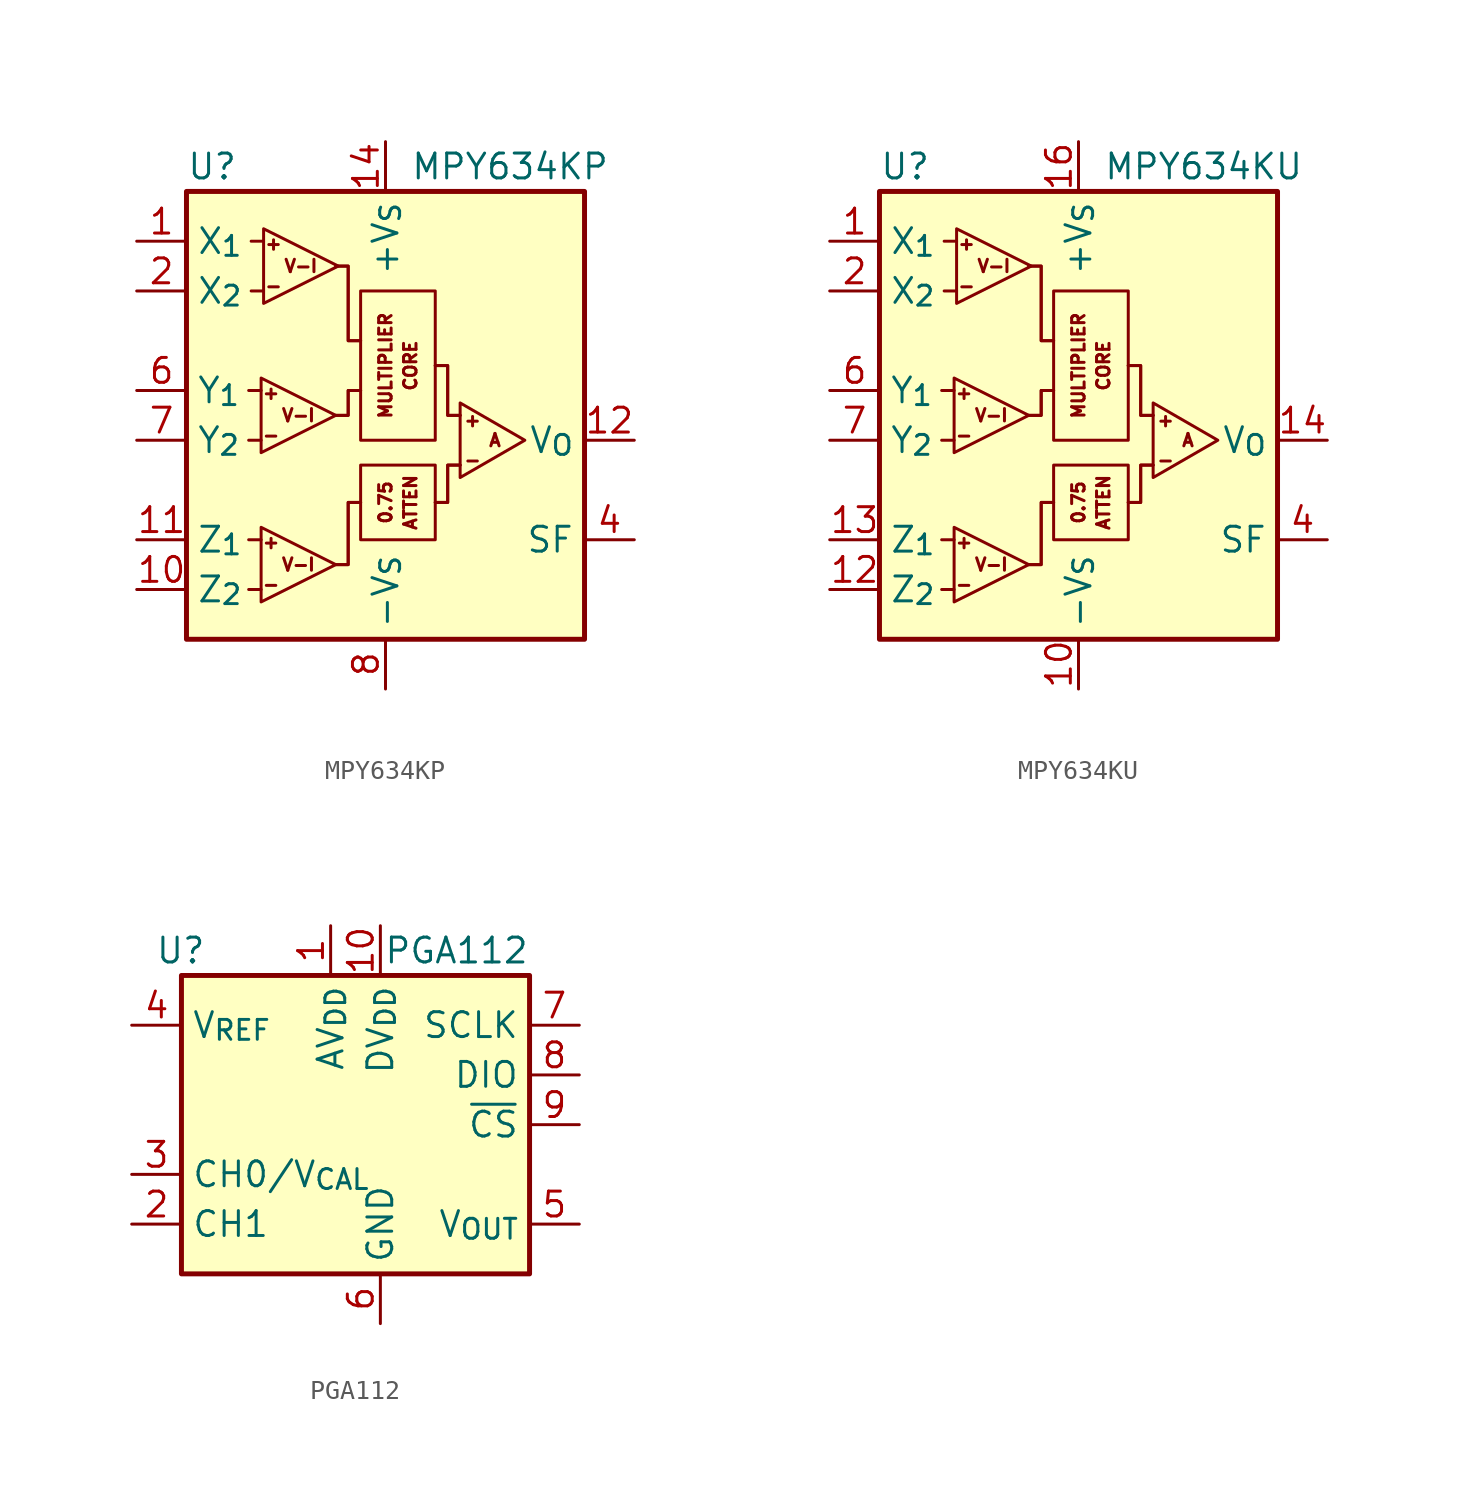
<source format=kicad_sym>
(kicad_symbol_lib
  (version 20231120)
  (generator "kicad_symbol_editor")
  (generator_version "8.0")
  (symbol "MPY634KP"
    (property "Reference" "U"
      (at -10.16 13.97 0)
      (effects (font (size 1.27 1.27)) (justify left)))
    (property "Value" "MPY634KP"
      (at 1.27 13.97 0)
      (effects (font (size 1.27 1.27)) (justify left)))
    (symbol "MPY634KP_0_0"
      (polyline (pts (xy -1.27 -3.175) (xy -1.905 -3.175) (xy -1.905 -6.35) (xy -2.54 -6.35)) (stroke (width 0) (type default)) (fill (type none)))
      (polyline (pts (xy -1.27 -3.175) (xy -1.905 -3.175) (xy -1.905 -6.35) (xy -2.54 -6.35)) (stroke (width 0) (type default)) (fill (type none)))
      (polyline (pts (xy -1.27 2.54) (xy -1.905 2.54) (xy -1.905 1.27) (xy -2.54 1.27)) (stroke (width 0) (type default)) (fill (type none)))
      (polyline (pts (xy -1.27 2.54) (xy -1.905 2.54) (xy -1.905 1.27) (xy -2.54 1.27)) (stroke (width 0) (type default)) (fill (type none)))
      (polyline (pts (xy -1.27 5.08) (xy -1.905 5.08) (xy -1.905 8.89) (xy -2.54 8.89)) (stroke (width 0) (type default)) (fill (type none)))
      (polyline (pts (xy -1.27 5.08) (xy -1.905 5.08) (xy -1.905 8.89) (xy -2.54 8.89)) (stroke (width 0) (type default)) (fill (type none)))
      (polyline (pts (xy 3.81 -1.27) (xy 3.175 -1.27) (xy 3.175 -3.175) (xy 2.54 -3.175)) (stroke (width 0) (type default)) (fill (type none)))
      (polyline (pts (xy 3.81 -1.27) (xy 3.175 -1.27) (xy 3.175 -3.175) (xy 2.54 -3.175)) (stroke (width 0) (type default)) (fill (type none)))
      (polyline (pts (xy 3.81 1.27) (xy 3.175 1.27) (xy 3.175 3.81) (xy 2.54 3.81)) (stroke (width 0) (type default)) (fill (type none)))
      (polyline (pts (xy 3.81 1.27) (xy 3.175 1.27) (xy 3.175 3.81) (xy 2.54 3.81)) (stroke (width 0) (type default)) (fill (type none)))
      (text "+" (at -5.842 -5.207 0) (effects (font (size 0.635 0.635))))
      (text "+" (at -5.842 2.413 0) (effects (font (size 0.635 0.635))))
      (text "+" (at -5.715 10.033 0) (effects (font (size 0.635 0.635))))
      (text "+" (at 4.445 1.016 0) (effects (font (size 0.635 0.635))))
      (text "-" (at -5.842 -7.366 0) (effects (font (size 0.635 0.635))))
      (text "-" (at -5.842 0.254 0) (effects (font (size 0.635 0.635))))
      (text "-" (at -5.715 7.874 0) (effects (font (size 0.635 0.635))))
      (text "-" (at 4.445 -1.016 0) (effects (font (size 0.635 0.635))))
      (text "A" (at 5.588 0 0) (effects (font (size 0.635 0.635))))
      (text "V-I" (at -4.445 -6.35 0) (effects (font (size 0.635 0.635))))
      (text "V-I" (at -4.445 1.27 0) (effects (font (size 0.635 0.635))))
      (text "V-I" (at -4.318 8.89 0) (effects (font (size 0.635 0.635)))))
    (symbol "MPY634KP_0_1"
      (rectangle (start -10.16 12.7) (end 10.16 -10.16) (stroke (width 0.254) (type default)) (fill (type background)))
      (rectangle (start -1.27 -1.27) (end 2.54 -5.08) (stroke (width 0) (type default)) (fill (type none)))
      (rectangle (start -1.27 7.62) (end 2.54 0) (stroke (width 0) (type default)) (fill (type none)))
      (polyline (pts (xy -6.985 -7.62) (xy -6.35 -7.62)) (stroke (width 0) (type default)) (fill (type none)))
      (polyline (pts (xy -6.985 -5.08) (xy -6.35 -5.08)) (stroke (width 0) (type default)) (fill (type none)))
      (polyline (pts (xy -6.985 0) (xy -6.35 0)) (stroke (width 0) (type default)) (fill (type none)))
      (polyline (pts (xy -6.985 2.54) (xy -6.35 2.54)) (stroke (width 0) (type default)) (fill (type none)))
      (polyline (pts (xy -6.858 7.62) (xy -6.223 7.62)) (stroke (width 0) (type default)) (fill (type none)))
      (polyline (pts (xy -6.858 10.16) (xy -6.223 10.16)) (stroke (width 0) (type default)) (fill (type none)))
      (polyline (pts (xy -6.35 -4.445) (xy -6.35 -8.255) (xy -2.54 -6.35) (xy -6.35 -4.445)) (stroke (width 0) (type default)) (fill (type none)))
      (polyline (pts (xy -6.35 3.175) (xy -6.35 -0.635) (xy -2.54 1.27) (xy -6.35 3.175)) (stroke (width 0) (type default)) (fill (type none)))
      (polyline (pts (xy -6.223 10.795) (xy -6.223 6.985) (xy -2.413 8.89) (xy -6.223 10.795)) (stroke (width 0) (type default)) (fill (type none)))
      (polyline (pts (xy 3.81 1.905) (xy 3.81 -1.905) (xy 7.112 0) (xy 3.81 1.905)) (stroke (width 0) (type default)) (fill (type none))))
    (symbol "MPY634KP_1_0"
      (text "0.75" (at 0 -3.175 900) (effects (font (size 0.635 0.635))))
      (text "ATTEN" (at 1.27 -3.175 900) (effects (font (size 0.635 0.635))))
      (text "CORE" (at 1.27 3.81 900) (effects (font (size 0.635 0.635))))
      (text "MULTIPLIER" (at 0 3.81 900) (effects (font (size 0.635 0.635)))))
    (symbol "MPY634KP_1_1"
      (pin input line (at -12.7 10.16 0) (length 2.54) (name "X_{1}" (effects (font (size 1.27 1.27)))) (number "1" (effects (font (size 1.27 1.27)))))
      (pin input line (at -12.7 -7.62 0) (length 2.54) (name "Z_{2}" (effects (font (size 1.27 1.27)))) (number "10" (effects (font (size 1.27 1.27)))))
      (pin input line (at -12.7 -5.08 0) (length 2.54) (name "Z_{1}" (effects (font (size 1.27 1.27)))) (number "11" (effects (font (size 1.27 1.27)))))
      (pin output line (at 12.7 0 180) (length 2.54) (name "V_{O}" (effects (font (size 1.27 1.27)))) (number "12" (effects (font (size 1.27 1.27)))))
      (pin no_connect line (at 10.16 2.54 180) (length 2.54) hide (name "NC" (effects (font (size 1.27 1.27)))) (number "13" (effects (font (size 1.27 1.27)))))
      (pin power_in line (at 0 15.24 270) (length 2.54) (name "+V_{S}" (effects (font (size 1.27 1.27)))) (number "14" (effects (font (size 1.27 1.27)))))
      (pin input line (at -12.7 7.62 0) (length 2.54) (name "X_{2}" (effects (font (size 1.27 1.27)))) (number "2" (effects (font (size 1.27 1.27)))))
      (pin no_connect line (at 10.16 10.16 180) (length 2.54) hide (name "NC" (effects (font (size 1.27 1.27)))) (number "3" (effects (font (size 1.27 1.27)))))
      (pin passive line (at 12.7 -5.08 180) (length 2.54) (name "SF" (effects (font (size 1.27 1.27)))) (number "4" (effects (font (size 1.27 1.27)))))
      (pin no_connect line (at 10.16 7.62 180) (length 2.54) hide (name "NC" (effects (font (size 1.27 1.27)))) (number "5" (effects (font (size 1.27 1.27)))))
      (pin input line (at -12.7 2.54 0) (length 2.54) (name "Y_{1}" (effects (font (size 1.27 1.27)))) (number "6" (effects (font (size 1.27 1.27)))))
      (pin input line (at -12.7 0 0) (length 2.54) (name "Y_{2}" (effects (font (size 1.27 1.27)))) (number "7" (effects (font (size 1.27 1.27)))))
      (pin power_in line (at 0 -12.7 90) (length 2.54) (name "-V_{S}" (effects (font (size 1.27 1.27)))) (number "8" (effects (font (size 1.27 1.27)))))
      (pin no_connect line (at 10.16 5.08 180) (length 2.54) hide (name "NC" (effects (font (size 1.27 1.27)))) (number "9" (effects (font (size 1.27 1.27)))))))
  (symbol "MPY634KU"
    (property "Reference" "U"
      (at -10.16 13.97 0)
      (effects (font (size 1.27 1.27)) (justify left)))
    (property "Value" "MPY634KU"
      (at 1.27 13.97 0)
      (effects (font (size 1.27 1.27)) (justify left)))
    (symbol "MPY634KU_0_0"
      (polyline (pts (xy -1.27 -3.175) (xy -1.905 -3.175) (xy -1.905 -6.35) (xy -2.54 -6.35)) (stroke (width 0) (type default)) (fill (type none)))
      (polyline (pts (xy -1.27 -3.175) (xy -1.905 -3.175) (xy -1.905 -6.35) (xy -2.54 -6.35)) (stroke (width 0) (type default)) (fill (type none)))
      (polyline (pts (xy -1.27 2.54) (xy -1.905 2.54) (xy -1.905 1.27) (xy -2.54 1.27)) (stroke (width 0) (type default)) (fill (type none)))
      (polyline (pts (xy -1.27 2.54) (xy -1.905 2.54) (xy -1.905 1.27) (xy -2.54 1.27)) (stroke (width 0) (type default)) (fill (type none)))
      (polyline (pts (xy -1.27 5.08) (xy -1.905 5.08) (xy -1.905 8.89) (xy -2.54 8.89)) (stroke (width 0) (type default)) (fill (type none)))
      (polyline (pts (xy -1.27 5.08) (xy -1.905 5.08) (xy -1.905 8.89) (xy -2.54 8.89)) (stroke (width 0) (type default)) (fill (type none)))
      (polyline (pts (xy 3.81 -1.27) (xy 3.175 -1.27) (xy 3.175 -3.175) (xy 2.54 -3.175)) (stroke (width 0) (type default)) (fill (type none)))
      (polyline (pts (xy 3.81 -1.27) (xy 3.175 -1.27) (xy 3.175 -3.175) (xy 2.54 -3.175)) (stroke (width 0) (type default)) (fill (type none)))
      (polyline (pts (xy 3.81 1.27) (xy 3.175 1.27) (xy 3.175 3.81) (xy 2.54 3.81)) (stroke (width 0) (type default)) (fill (type none)))
      (polyline (pts (xy 3.81 1.27) (xy 3.175 1.27) (xy 3.175 3.81) (xy 2.54 3.81)) (stroke (width 0) (type default)) (fill (type none)))
      (text "+" (at -5.842 -5.207 0) (effects (font (size 0.635 0.635))))
      (text "+" (at -5.842 2.413 0) (effects (font (size 0.635 0.635))))
      (text "+" (at -5.715 10.033 0) (effects (font (size 0.635 0.635))))
      (text "+" (at 4.445 1.016 0) (effects (font (size 0.635 0.635))))
      (text "-" (at -5.842 -7.366 0) (effects (font (size 0.635 0.635))))
      (text "-" (at -5.842 0.254 0) (effects (font (size 0.635 0.635))))
      (text "-" (at -5.715 7.874 0) (effects (font (size 0.635 0.635))))
      (text "-" (at 4.445 -1.016 0) (effects (font (size 0.635 0.635))))
      (text "A" (at 5.588 0 0) (effects (font (size 0.635 0.635))))
      (text "V-I" (at -4.445 -6.35 0) (effects (font (size 0.635 0.635))))
      (text "V-I" (at -4.445 1.27 0) (effects (font (size 0.635 0.635))))
      (text "V-I" (at -4.318 8.89 0) (effects (font (size 0.635 0.635)))))
    (symbol "MPY634KU_0_1"
      (rectangle (start -10.16 12.7) (end 10.16 -10.16) (stroke (width 0.254) (type default)) (fill (type background)))
      (rectangle (start -1.27 -1.27) (end 2.54 -5.08) (stroke (width 0) (type default)) (fill (type none)))
      (rectangle (start -1.27 7.62) (end 2.54 0) (stroke (width 0) (type default)) (fill (type none)))
      (polyline (pts (xy -6.985 -7.62) (xy -6.35 -7.62)) (stroke (width 0) (type default)) (fill (type none)))
      (polyline (pts (xy -6.985 -5.08) (xy -6.35 -5.08)) (stroke (width 0) (type default)) (fill (type none)))
      (polyline (pts (xy -6.985 0) (xy -6.35 0)) (stroke (width 0) (type default)) (fill (type none)))
      (polyline (pts (xy -6.985 2.54) (xy -6.35 2.54)) (stroke (width 0) (type default)) (fill (type none)))
      (polyline (pts (xy -6.858 7.62) (xy -6.223 7.62)) (stroke (width 0) (type default)) (fill (type none)))
      (polyline (pts (xy -6.858 10.16) (xy -6.223 10.16)) (stroke (width 0) (type default)) (fill (type none)))
      (polyline (pts (xy -6.35 -4.445) (xy -6.35 -8.255) (xy -2.54 -6.35) (xy -6.35 -4.445)) (stroke (width 0) (type default)) (fill (type none)))
      (polyline (pts (xy -6.35 3.175) (xy -6.35 -0.635) (xy -2.54 1.27) (xy -6.35 3.175)) (stroke (width 0) (type default)) (fill (type none)))
      (polyline (pts (xy -6.223 10.795) (xy -6.223 6.985) (xy -2.413 8.89) (xy -6.223 10.795)) (stroke (width 0) (type default)) (fill (type none)))
      (polyline (pts (xy 3.81 1.905) (xy 3.81 -1.905) (xy 7.112 0) (xy 3.81 1.905)) (stroke (width 0) (type default)) (fill (type none))))
    (symbol "MPY634KU_1_0"
      (text "0.75" (at 0 -3.175 900) (effects (font (size 0.635 0.635))))
      (text "ATTEN" (at 1.27 -3.175 900) (effects (font (size 0.635 0.635))))
      (text "CORE" (at 1.27 3.81 900) (effects (font (size 0.635 0.635))))
      (text "MULTIPLIER" (at 0 3.81 900) (effects (font (size 0.635 0.635)))))
    (symbol "MPY634KU_1_1"
      (pin input line (at -12.7 10.16 0) (length 2.54) (name "X_{1}" (effects (font (size 1.27 1.27)))) (number "1" (effects (font (size 1.27 1.27)))))
      (pin power_in line (at 0 -12.7 90) (length 2.54) (name "-V_{S}" (effects (font (size 1.27 1.27)))) (number "10" (effects (font (size 1.27 1.27)))))
      (pin no_connect line (at 10.16 -2.54 180) (length 2.54) hide (name "NC" (effects (font (size 1.27 1.27)))) (number "11" (effects (font (size 1.27 1.27)))))
      (pin input line (at -12.7 -7.62 0) (length 2.54) (name "Z_{2}" (effects (font (size 1.27 1.27)))) (number "12" (effects (font (size 1.27 1.27)))))
      (pin input line (at -12.7 -5.08 0) (length 2.54) (name "Z_{1}" (effects (font (size 1.27 1.27)))) (number "13" (effects (font (size 1.27 1.27)))))
      (pin output line (at 12.7 0 180) (length 2.54) (name "V_{O}" (effects (font (size 1.27 1.27)))) (number "14" (effects (font (size 1.27 1.27)))))
      (pin no_connect line (at 10.16 -7.62 180) (length 2.54) hide (name "NC" (effects (font (size 1.27 1.27)))) (number "15" (effects (font (size 1.27 1.27)))))
      (pin power_in line (at 0 15.24 270) (length 2.54) (name "+V_{S}" (effects (font (size 1.27 1.27)))) (number "16" (effects (font (size 1.27 1.27)))))
      (pin input line (at -12.7 7.62 0) (length 2.54) (name "X_{2}" (effects (font (size 1.27 1.27)))) (number "2" (effects (font (size 1.27 1.27)))))
      (pin no_connect line (at 10.16 10.16 180) (length 2.54) hide (name "NC" (effects (font (size 1.27 1.27)))) (number "3" (effects (font (size 1.27 1.27)))))
      (pin passive line (at 12.7 -5.08 180) (length 2.54) (name "SF" (effects (font (size 1.27 1.27)))) (number "4" (effects (font (size 1.27 1.27)))))
      (pin no_connect line (at 10.16 7.62 180) (length 2.54) hide (name "NC" (effects (font (size 1.27 1.27)))) (number "5" (effects (font (size 1.27 1.27)))))
      (pin input line (at -12.7 2.54 0) (length 2.54) (name "Y_{1}" (effects (font (size 1.27 1.27)))) (number "6" (effects (font (size 1.27 1.27)))))
      (pin input line (at -12.7 0 0) (length 2.54) (name "Y_{2}" (effects (font (size 1.27 1.27)))) (number "7" (effects (font (size 1.27 1.27)))))
      (pin no_connect line (at 10.16 5.08 180) (length 2.54) hide (name "NC" (effects (font (size 1.27 1.27)))) (number "8" (effects (font (size 1.27 1.27)))))
      (pin no_connect line (at 10.16 2.54 180) (length 2.54) hide (name "NC" (effects (font (size 1.27 1.27)))) (number "9" (effects (font (size 1.27 1.27)))))))
  (symbol "PGA112"
    (property "Reference" "U"
      (at -8.89 8.89 0)
      (effects (font (size 1.27 1.27)) (justify right)))
    (property "Value" "PGA112"
      (at 7.62 8.89 0)
      (effects (font (size 1.27 1.27)) (justify right)))
    (symbol "PGA112_0_1"
      (rectangle (start -10.16 7.62) (end 7.62 -7.62) (stroke (width 0.254) (type default)) (fill (type background))))
    (symbol "PGA112_1_1"
      (pin power_in line (at -2.54 10.16 270) (length 2.54) (name "AV_{DD}" (effects (font (size 1.27 1.27)))) (number "1" (effects (font (size 1.27 1.27)))))
      (pin power_in line (at 0 10.16 270) (length 2.54) (name "DV_{DD}" (effects (font (size 1.27 1.27)))) (number "10" (effects (font (size 1.27 1.27)))))
      (pin input line (at -12.7 -5.08 0) (length 2.54) (name "CH1" (effects (font (size 1.27 1.27)))) (number "2" (effects (font (size 1.27 1.27)))))
      (pin input line (at -12.7 -2.54 0) (length 2.54) (name "CH0/V_{CAL}" (effects (font (size 1.27 1.27)))) (number "3" (effects (font (size 1.27 1.27)))))
      (pin input line (at -12.7 5.08 0) (length 2.54) (name "V_{REF}" (effects (font (size 1.27 1.27)))) (number "4" (effects (font (size 1.27 1.27)))))
      (pin output line (at 10.16 -5.08 180) (length 2.54) (name "V_{OUT}" (effects (font (size 1.27 1.27)))) (number "5" (effects (font (size 1.27 1.27)))))
      (pin power_in line (at 0 -10.16 90) (length 2.54) (name "GND" (effects (font (size 1.27 1.27)))) (number "6" (effects (font (size 1.27 1.27)))))
      (pin input line (at 10.16 5.08 180) (length 2.54) (name "SCLK" (effects (font (size 1.27 1.27)))) (number "7" (effects (font (size 1.27 1.27)))))
      (pin bidirectional line (at 10.16 2.54 180) (length 2.54) (name "DIO" (effects (font (size 1.27 1.27)))) (number "8" (effects (font (size 1.27 1.27)))))
      (pin input line (at 10.16 0 180) (length 2.54) (name "~{CS}" (effects (font (size 1.27 1.27)))) (number "9" (effects (font (size 1.27 1.27))))))))
</source>
